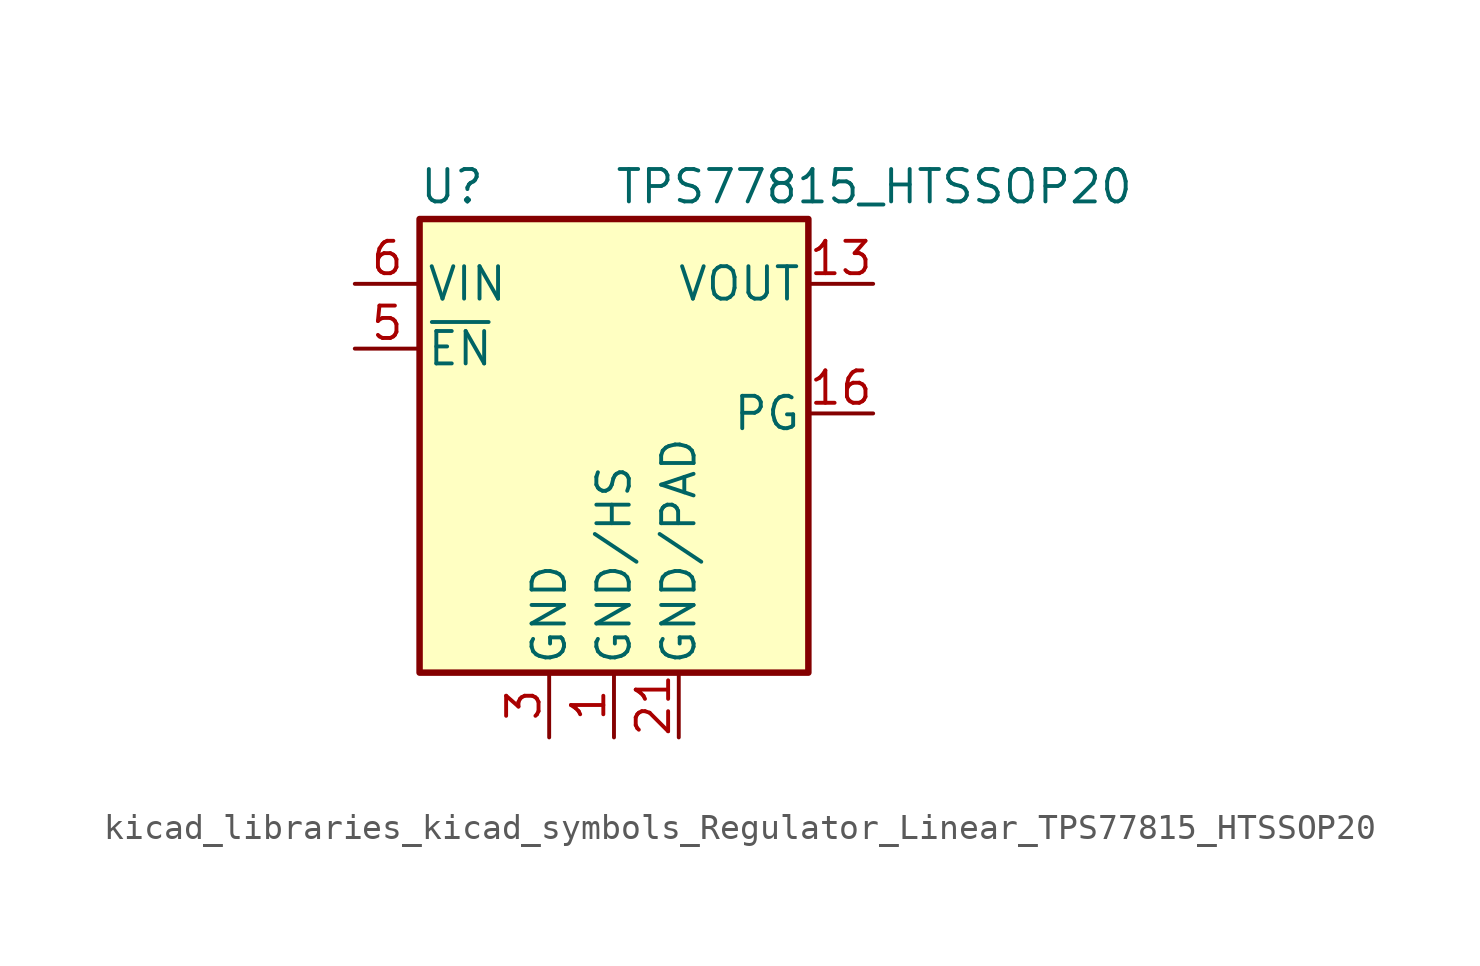
<source format=kicad_sym>
(kicad_symbol_lib
  (version 20220914)
  (generator kicad_symbol_editor)
  (symbol "kicad_libraries_kicad_symbols_Regulator_Linear_TPS77815_HTSSOP20"
    (pin_names
      (offset 0.254))
    (property "Reference" "U"
      (at -6.35 8.89 0)
      (effects (font (size 1.27 1.27))))
    (property "Value" "TPS77815_HTSSOP20"
      (at 0 8.89 0)
      (effects (font (size 1.27 1.27)) (justify left)))
    (symbol "kicad_libraries_kicad_symbols_Regulator_Linear_TPS77815_HTSSOP20_0_1"
      (rectangle (start -7.62 7.62) (end 7.62 -10.16) (stroke (width 0.254) (type default)) (fill (type background))))
    (symbol "kicad_libraries_kicad_symbols_Regulator_Linear_TPS77815_HTSSOP20_1_1"
      (pin power_in line (at 0 -12.7 90) (length 2.54) (name "GND/HS" (effects (font (size 1.27 1.27)))) (number "1" (effects (font (size 1.27 1.27)))))
      (pin passive line (at 0 -12.7 90) (length 2.54) hide (name "GND/HS" (effects (font (size 1.27 1.27)))) (number "10" (effects (font (size 1.27 1.27)))))
      (pin passive line (at 0 -12.7 90) (length 2.54) hide (name "GND/HS" (effects (font (size 1.27 1.27)))) (number "11" (effects (font (size 1.27 1.27)))))
      (pin passive line (at 0 -12.7 90) (length 2.54) hide (name "GND/HS" (effects (font (size 1.27 1.27)))) (number "12" (effects (font (size 1.27 1.27)))))
      (pin power_out line (at 10.16 5.08 180) (length 2.54) (name "VOUT" (effects (font (size 1.27 1.27)))) (number "13" (effects (font (size 1.27 1.27)))))
      (pin passive line (at 10.16 5.08 180) (length 2.54) hide (name "VOUT" (effects (font (size 1.27 1.27)))) (number "14" (effects (font (size 1.27 1.27)))))
      (pin no_connect line (at 7.62 2.54 180) (length 2.54) hide (name "NC" (effects (font (size 1.27 1.27)))) (number "15" (effects (font (size 1.27 1.27)))))
      (pin open_collector line (at 10.16 0 180) (length 2.54) (name "PG" (effects (font (size 1.27 1.27)))) (number "16" (effects (font (size 1.27 1.27)))))
      (pin no_connect line (at 7.62 -2.54 180) (length 2.54) hide (name "NC" (effects (font (size 1.27 1.27)))) (number "17" (effects (font (size 1.27 1.27)))))
      (pin no_connect line (at 7.62 -5.08 180) (length 2.54) hide (name "NC" (effects (font (size 1.27 1.27)))) (number "18" (effects (font (size 1.27 1.27)))))
      (pin passive line (at 0 -12.7 90) (length 2.54) hide (name "GND/HS" (effects (font (size 1.27 1.27)))) (number "19" (effects (font (size 1.27 1.27)))))
      (pin passive line (at 0 -12.7 90) (length 2.54) hide (name "GND/HS" (effects (font (size 1.27 1.27)))) (number "2" (effects (font (size 1.27 1.27)))))
      (pin passive line (at 0 -12.7 90) (length 2.54) hide (name "GND/HS" (effects (font (size 1.27 1.27)))) (number "20" (effects (font (size 1.27 1.27)))))
      (pin power_in line (at 2.54 -12.7 90) (length 2.54) (name "GND/PAD" (effects (font (size 1.27 1.27)))) (number "21" (effects (font (size 1.27 1.27)))))
      (pin power_in line (at -2.54 -12.7 90) (length 2.54) (name "GND" (effects (font (size 1.27 1.27)))) (number "3" (effects (font (size 1.27 1.27)))))
      (pin no_connect line (at -7.62 0 0) (length 2.54) hide (name "NC" (effects (font (size 1.27 1.27)))) (number "4" (effects (font (size 1.27 1.27)))))
      (pin input line (at -10.16 2.54 0) (length 2.54) (name "~{EN}" (effects (font (size 1.27 1.27)))) (number "5" (effects (font (size 1.27 1.27)))))
      (pin power_in line (at -10.16 5.08 0) (length 2.54) (name "VIN" (effects (font (size 1.27 1.27)))) (number "6" (effects (font (size 1.27 1.27)))))
      (pin passive line (at -10.16 5.08 0) (length 2.54) hide (name "VIN" (effects (font (size 1.27 1.27)))) (number "7" (effects (font (size 1.27 1.27)))))
      (pin no_connect line (at -7.62 -2.54 0) (length 2.54) hide (name "NC" (effects (font (size 1.27 1.27)))) (number "8" (effects (font (size 1.27 1.27)))))
      (pin passive line (at 0 -12.7 90) (length 2.54) hide (name "GND/HS" (effects (font (size 1.27 1.27)))) (number "9" (effects (font (size 1.27 1.27))))))))
</source>
